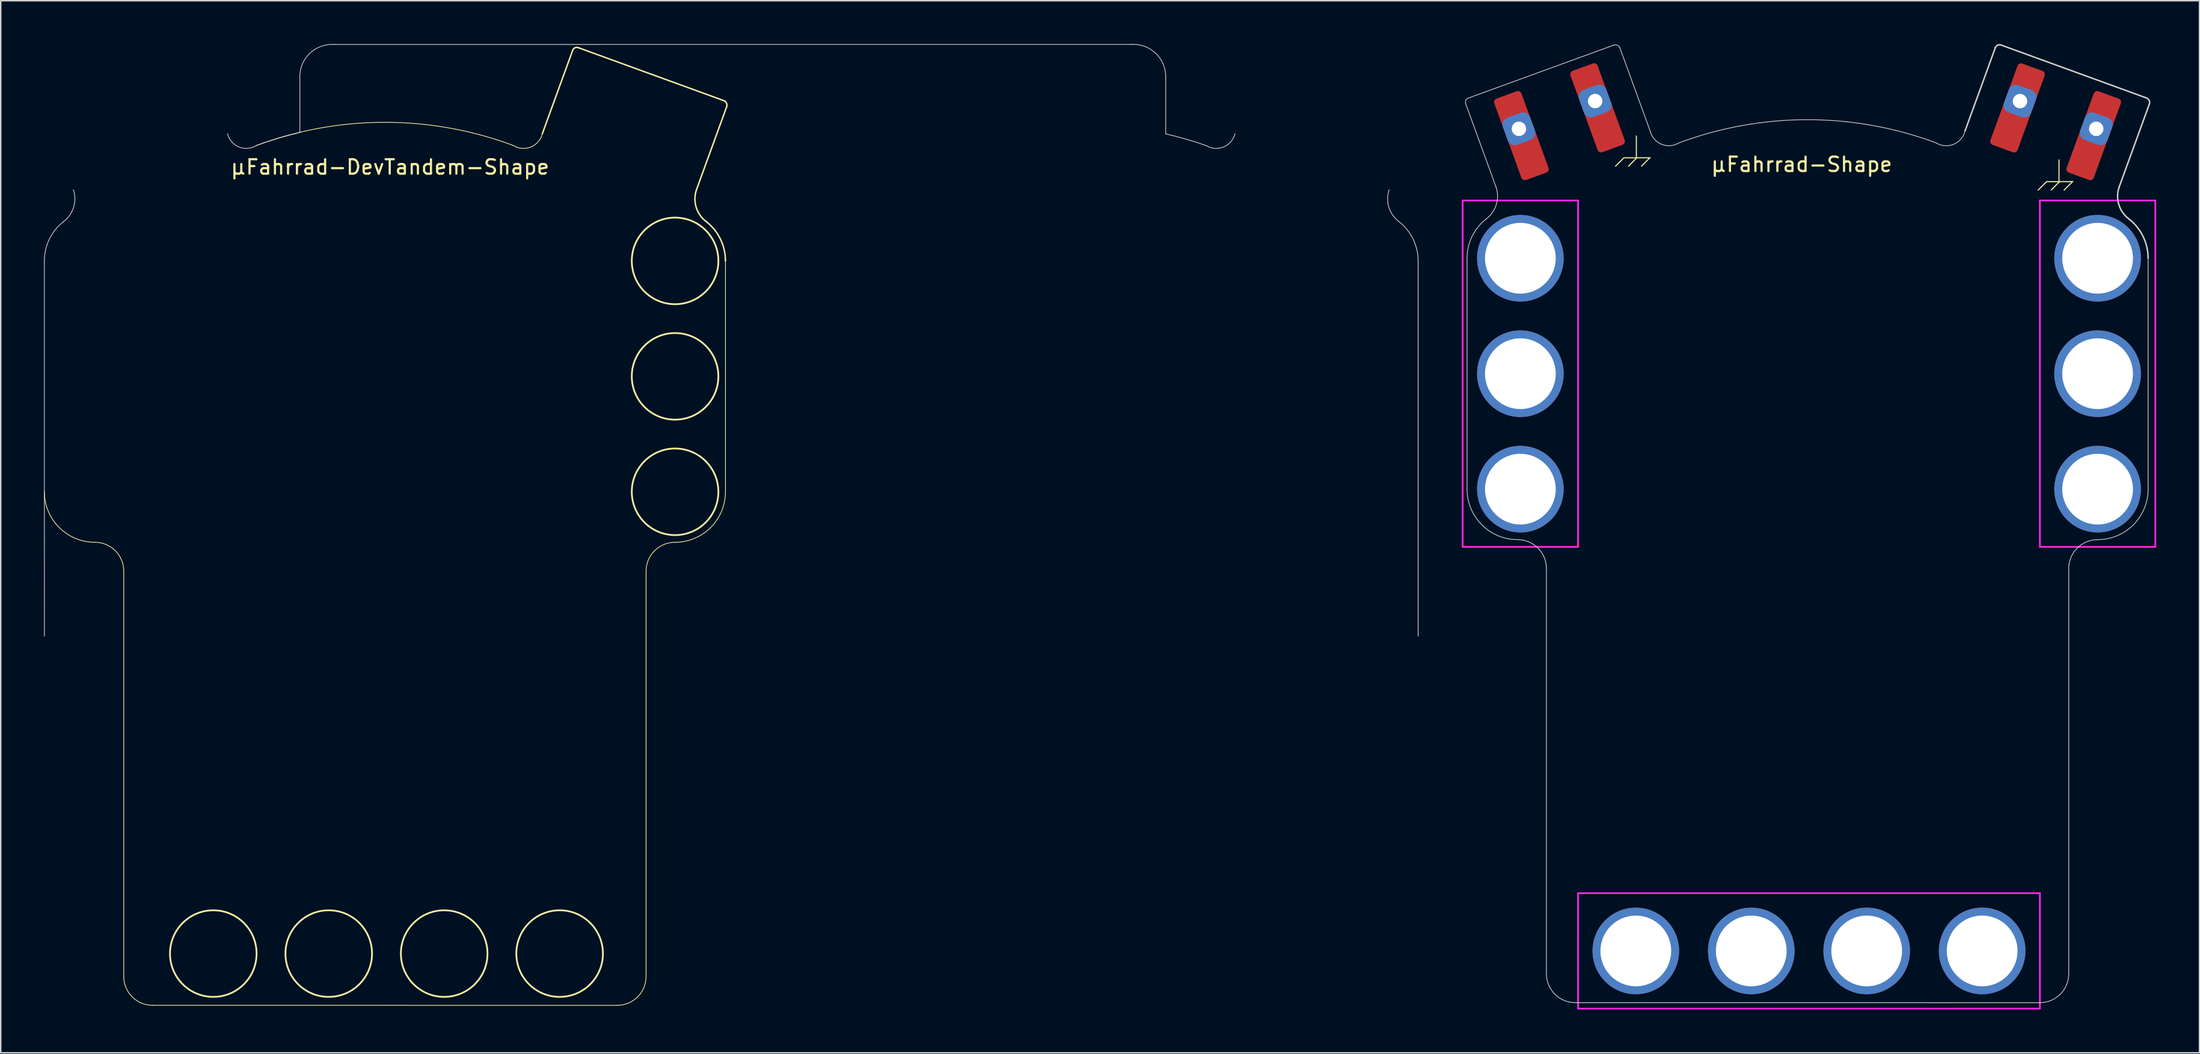
<source format=kicad_pcb>
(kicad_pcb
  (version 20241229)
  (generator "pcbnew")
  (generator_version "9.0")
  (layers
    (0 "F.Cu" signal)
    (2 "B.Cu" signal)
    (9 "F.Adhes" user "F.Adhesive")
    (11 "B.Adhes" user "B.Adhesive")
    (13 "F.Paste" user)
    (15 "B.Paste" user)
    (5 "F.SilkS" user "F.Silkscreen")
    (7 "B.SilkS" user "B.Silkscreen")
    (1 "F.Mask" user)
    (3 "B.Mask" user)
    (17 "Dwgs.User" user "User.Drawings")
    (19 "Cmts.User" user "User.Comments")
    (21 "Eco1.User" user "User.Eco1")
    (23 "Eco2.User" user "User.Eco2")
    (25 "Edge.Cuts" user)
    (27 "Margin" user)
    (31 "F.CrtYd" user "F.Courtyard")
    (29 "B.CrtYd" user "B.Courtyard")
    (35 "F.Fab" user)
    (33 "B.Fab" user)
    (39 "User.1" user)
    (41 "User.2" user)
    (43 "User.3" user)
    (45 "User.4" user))
  (footprint "μFahrrad-DevTandem-Shape"
    (layer "F.Cu")
    (at 47.73 31.03)
    (property "Reference" "μFahrrad-DevTandem-Shape" (at -23.75 -22.502 0) (unlocked yes) (layer "F.SilkS") (effects (font (size 1 1) (thickness 0.15))))
    (fp_line (start -42.205 5.497) (end -42.205 33.583) (stroke (width 0.05) (type solid)) (layer "F.SilkS"))
    (fp_line (start -11.094 -30.599) (end -13.198 -24.817) (stroke (width 0.1) (type solid)) (layer "F.SilkS"))
    (fp_line (start -10.709 -30.778) (end -0.63 -27.11) (stroke (width 0.1) (type solid)) (layer "F.SilkS"))
    (fp_line (start -8.01 35.586) (end -40.205 35.583) (stroke (width 0.05) (type solid)) (layer "F.SilkS"))
    (fp_line (start -6.01 33.586) (end -6.01 5.5) (stroke (width 0.05) (type solid)) (layer "F.SilkS"))
    (fp_line (start -0.51 0) (end -0.51 -16) (stroke (width 0.05) (type solid)) (layer "F.SilkS"))
    (fp_line (start -0.414 -26.712) (end -2.519 -20.929) (stroke (width 0.1) (type solid)) (layer "F.SilkS"))
    (fp_arc (start -44.20509 3.496993) (mid -46.679964 2.471867) (end -47.70509 -0.003007) (stroke (width 0.05) (type solid)) (layer "F.SilkS"))
    (fp_arc (start -44.20509 3.496993) (mid -42.790876 4.082779) (end -42.20509 5.496993) (stroke (width 0.05) (type solid)) (layer "F.SilkS"))
    (fp_arc (start -40.20509 35.582779) (mid -41.619304 34.996993) (end -42.20509 33.582779) (stroke (width 0.05) (type solid)) (layer "F.SilkS"))
    (fp_arc (start -33.009914 -24) (mid -24.107231 -25.604304) (end -15.20509 -23.996993) (stroke (width 0.05) (type solid)) (layer "F.SilkS"))
    (fp_arc (start -13.198385 -24.816575) (mid -13.992488 -23.894447) (end -15.20509 -23.996993) (stroke (width 0.05) (type solid)) (layer "F.SilkS"))
    (fp_arc (start -11.093867 -30.598692) (mid -10.938745 -30.767978) (end -10.709353 -30.777994) (stroke (width 0.1) (type solid)) (layer "F.SilkS"))
    (fp_arc (start -6.009914 5.5) (mid -5.424128 4.085786) (end -4.009914 3.5) (stroke (width 0.05) (type solid)) (layer "F.SilkS"))
    (fp_arc (start -6.009914 33.585786) (mid -6.5957 35) (end -8.009914 35.585786) (stroke (width 0.05) (type solid)) (layer "F.SilkS"))
    (fp_arc (start -1.809914 -18.7) (mid -2.531356 -19.698054) (end -2.518702 -20.929488) (stroke (width 0.1) (type solid)) (layer "F.SilkS"))
    (fp_arc (start -1.809914 -18.7) (mid -0.851963 -17.498273) (end -0.509914 -16) (stroke (width 0.1) (type solid)) (layer "F.SilkS"))
    (fp_arc (start -0.630257 -27.109503) (mid -0.446845 -26.951486) (end -0.414183 -26.711605) (stroke (width 0.1) (type solid)) (layer "F.SilkS"))
    (fp_arc (start -0.509914 0) (mid -1.53504 2.474874) (end -4.009914 3.5) (stroke (width 0.05) (type solid)) (layer "F.SilkS"))
    (fp_circle (center -36 32) (end -33 32) (stroke (width 0.12) (type solid)) (fill no) (layer "F.SilkS"))
    (fp_circle (center -28 32) (end -25 32) (stroke (width 0.12) (type solid)) (fill no) (layer "F.SilkS"))
    (fp_circle (center -20 32) (end -17 32) (stroke (width 0.12) (type solid)) (fill no) (layer "F.SilkS"))
    (fp_circle (center -12 32) (end -9 32) (stroke (width 0.12) (type solid)) (fill no) (layer "F.SilkS"))
    (fp_circle (center -4 -16) (end -1 -16) (stroke (width 0.12) (type solid)) (fill no) (layer "F.SilkS"))
    (fp_circle (center -4 -8) (end -1 -8) (stroke (width 0.12) (type solid)) (fill no) (layer "F.SilkS"))
    (fp_circle (center -4 0) (end -1 0) (stroke (width 0.12) (type solid)) (fill no) (layer "F.SilkS"))
    (fp_line (start -47.705 -16.003) (end -47.705 -0.003) (stroke (width 0.05) (type solid)) (layer "Edge.Cuts"))
    (fp_line (start -47.705 -0.003) (end -47.7 10) (stroke (width 0.05) (type solid)) (layer "Edge.Cuts"))
    (fp_line (start -30 -28.65) (end -30 -24.9) (stroke (width 0.05) (type solid)) (layer "Edge.Cuts"))
    (fp_line (start -27.65 -31) (end 27.667 -31.003) (stroke (width 0.05) (type solid)) (layer "Edge.Cuts"))
    (fp_line (start 30 -28.75) (end 30 -24.803) (stroke (width 0.05) (type solid)) (layer "Edge.Cuts"))
    (fp_line (start 47.49 0) (end 47.49 -16) (stroke (width 0.05) (type solid)) (layer "Edge.Cuts"))
    (fp_line (start 47.49 10) (end 47.49 0) (stroke (width 0.05) (type solid)) (layer "Edge.Cuts"))
    (fp_arc (start -47.70509 -16.003007) (mid -47.363042 -17.50128) (end -46.40509 -18.703007) (stroke (width 0.05) (type solid)) (layer "Edge.Cuts"))
    (fp_arc (start -45.696302 -20.932495) (mid -45.683648 -19.701061) (end -46.40509 -18.703007) (stroke (width 0.05) (type solid)) (layer "Edge.Cuts"))
    (fp_arc (start -33.009914 -24) (mid -34.222611 -23.897222) (end -35.016619 -24.819582) (stroke (width 0.05) (type solid)) (layer "Edge.Cuts"))
    (fp_arc (start -33.009914 -24) (mid -31.518902 -24.496638) (end -30 -24.9) (stroke (width 0.05) (type solid)) (layer "Edge.Cuts"))
    (fp_arc (start -30 -28.65) (mid -29.348713 -30.348713) (end -27.65 -31) (stroke (width 0.05) (type solid)) (layer "Edge.Cuts"))
    (fp_arc (start 27.666822 -31.00341) (mid 29.316676 -30.377077) (end 30 -28.75) (stroke (width 0.05) (type solid)) (layer "Edge.Cuts"))
    (fp_arc (start 30 -24.803362) (mid 31.408 -24.436725) (end 32.79491 -23.996993) (stroke (width 0.05) (type solid)) (layer "Edge.Cuts"))
    (fp_arc (start 34.801615 -24.816575) (mid 34.007607 -23.894218) (end 32.79491 -23.996993) (stroke (width 0.05) (type solid)) (layer "Edge.Cuts"))
    (fp_arc (start 46.190086 -18.7) (mid 45.468644 -19.698054) (end 45.481298 -20.929488) (stroke (width 0.05) (type solid)) (layer "Edge.Cuts"))
    (fp_arc (start 46.190086 -18.7) (mid 47.148037 -17.498273) (end 47.490086 -16) (stroke (width 0.05) (type solid)) (layer "Edge.Cuts")))
  (footprint "μFahrrad-Shape"
    (layer "F.Cu")
    (at 122.305 30.846)
    (property "Reference" "μFahrrad-Shape" (at -0.5 -22.5 0) (unlocked yes) (layer "F.SilkS") (effects (font (size 1 1) (thickness 0.15))))
    (fp_poly (pts (xy -11.925 -23) (xy -10.934 -23) (xy -11.599 -22.335) (xy -11.625 -22.362) (xy -11.652 -22.389) (xy -11.384 -22.657) (xy -11.116 -22.925) (xy -11.914 -22.925) (xy -12.175 -22.661) (xy -12.199 -22.637) (xy -12.222 -22.614) (xy -12.245 -22.59) (xy -12.268 -22.568) (xy -12.29 -22.546) (xy -12.311 -22.525) (xy -12.331 -22.504) (xy -12.35 -22.485) (xy -12.368 -22.466) (xy -12.386 -22.449) (xy -12.401 -22.433) (xy -12.416 -22.419) (xy -12.429 -22.406) (xy -12.44 -22.394) (xy -12.45 -22.385) (xy -12.458 -22.377) (xy -12.464 -22.371) (xy -12.467 -22.367) (xy -12.468 -22.367) (xy -12.499 -22.335) (xy -12.526 -22.362) (xy -12.552 -22.389) (xy -12.287 -22.657) (xy -12.021 -22.924) (xy -12.809 -22.925) (xy -13.399 -22.335) (xy -13.452 -22.389) (xy -13.146 -22.694) (xy -12.841 -23) (xy -12 -23) (xy -12 -24.5) (xy -11.925 -24.5)) (stroke (width 0) (type solid)) (fill yes) (layer "F.SilkS"))
    (fp_poly (pts (xy 17.362 -21.343) (xy 18.353 -21.343) (xy 17.688 -20.679) (xy 17.662 -20.705) (xy 17.635 -20.732) (xy 17.903 -21) (xy 18.171 -21.268) (xy 17.373 -21.268) (xy 17.112 -21.005) (xy 17.088 -20.981) (xy 17.065 -20.957) (xy 17.042 -20.934) (xy 17.019 -20.911) (xy 16.997 -20.889) (xy 16.976 -20.868) (xy 16.956 -20.847) (xy 16.937 -20.828) (xy 16.918 -20.81) (xy 16.901 -20.792) (xy 16.886 -20.777) (xy 16.871 -20.762) (xy 16.858 -20.749) (xy 16.847 -20.738) (xy 16.837 -20.728) (xy 16.829 -20.72) (xy 16.823 -20.714) (xy 16.819 -20.71) (xy 16.819 -20.71) (xy 16.788 -20.679) (xy 16.761 -20.706) (xy 16.735 -20.732) (xy 17 -21) (xy 17.265 -21.268) (xy 16.478 -21.268) (xy 15.888 -20.679) (xy 15.835 -20.732) (xy 16.141 -21.038) (xy 16.446 -21.343) (xy 17.287 -21.343) (xy 17.287 -22.843) (xy 17.362 -22.843)) (stroke (width 0) (type solid)) (fill yes) (layer "F.SilkS"))
    (fp_line (start -23.791 -26.715) (end -21.686 -20.932) (stroke (width 0.05) (type solid)) (layer "Edge.Cuts"))
    (fp_line (start -23.695 -16.003) (end -23.695 -0.003) (stroke (width 0.05) (type solid)) (layer "Edge.Cuts"))
    (fp_line (start -23.612 -27.099) (end -13.533 -30.768) (stroke (width 0.05) (type solid)) (layer "Edge.Cuts"))
    (fp_line (start -18.195 5.497) (end -18.195 33.583) (stroke (width 0.05) (type solid)) (layer "Edge.Cuts"))
    (fp_line (start -13.111 -30.602) (end -11.007 -24.82) (stroke (width 0.05) (type solid)) (layer "Edge.Cuts"))
    (fp_line (start 12.916 -30.599) (end 10.812 -24.817) (stroke (width 0.1) (type solid)) (layer "Edge.Cuts"))
    (fp_line (start 13.301 -30.778) (end 23.38 -27.11) (stroke (width 0.1) (type solid)) (layer "Edge.Cuts"))
    (fp_line (start 16 35.586) (end -16.195 35.583) (stroke (width 0.05) (type solid)) (layer "Edge.Cuts"))
    (fp_line (start 18 33.586) (end 18 5.5) (stroke (width 0.05) (type solid)) (layer "Edge.Cuts"))
    (fp_line (start 23.5 0) (end 23.5 -16) (stroke (width 0.05) (type solid)) (layer "Edge.Cuts"))
    (fp_line (start 23.596 -26.712) (end 21.491 -20.929) (stroke (width 0.1) (type solid)) (layer "Edge.Cuts"))
    (fp_arc (start -23.790907 -26.714611) (mid -23.780891 -26.944003) (end -23.611605 -27.099125) (stroke (width 0.05) (type solid)) (layer "Edge.Cuts"))
    (fp_arc (start -23.695176 -16.003007) (mid -23.353128 -17.50128) (end -22.395176 -18.703007) (stroke (width 0.05) (type solid)) (layer "Edge.Cuts"))
    (fp_arc (start -21.686388 -20.932495) (mid -21.673734 -19.701061) (end -22.395176 -18.703007) (stroke (width 0.05) (type solid)) (layer "Edge.Cuts"))
    (fp_arc (start -20.195176 3.496993) (mid -22.67005 2.471867) (end -23.695176 -0.003007) (stroke (width 0.05) (type solid)) (layer "Edge.Cuts"))
    (fp_arc (start -20.195176 3.496993) (mid -18.780962 4.082779) (end -18.195176 5.496993) (stroke (width 0.05) (type solid)) (layer "Edge.Cuts"))
    (fp_arc (start -16.195176 35.582779) (mid -17.60939 34.996993) (end -18.195176 33.582779) (stroke (width 0.05) (type solid)) (layer "Edge.Cuts"))
    (fp_arc (start -13.532509 -30.767616) (mid -13.290436 -30.764463) (end -13.111223 -30.601698) (stroke (width 0.05) (type solid)) (layer "Edge.Cuts"))
    (fp_arc (start -9 -24) (mid -10.212697 -23.897222) (end -11.006705 -24.819582) (stroke (width 0.05) (type solid)) (layer "Edge.Cuts"))
    (fp_arc (start -9 -24) (mid -0.097317 -25.602441) (end 8.804824 -23.996993) (stroke (width 0.05) (type solid)) (layer "Edge.Cuts"))
    (fp_arc (start 10.811529 -24.816575) (mid 10.01752 -23.894215) (end 8.804824 -23.996993) (stroke (width 0.05) (type solid)) (layer "Edge.Cuts"))
    (fp_arc (start 12.916047 -30.598692) (mid 13.071169 -30.767978) (end 13.300561 -30.777994) (stroke (width 0.1) (type solid)) (layer "Edge.Cuts"))
    (fp_arc (start 18 5.5) (mid 18.585786 4.085786) (end 20 3.5) (stroke (width 0.05) (type solid)) (layer "Edge.Cuts"))
    (fp_arc (start 18 33.585786) (mid 17.414214 35) (end 16 35.585786) (stroke (width 0.05) (type solid)) (layer "Edge.Cuts"))
    (fp_arc (start 22.2 -18.7) (mid 21.478558 -19.698054) (end 21.491212 -20.929488) (stroke (width 0.1) (type solid)) (layer "Edge.Cuts"))
    (fp_arc (start 22.2 -18.7) (mid 23.158075 -17.498332) (end 23.5 -16) (stroke (width 0.1) (type solid)) (layer "Edge.Cuts"))
    (fp_arc (start 23.379657 -27.109503) (mid 23.56306 -26.95148) (end 23.595731 -26.711605) (stroke (width 0.1) (type solid)) (layer "Edge.Cuts"))
    (fp_arc (start 23.5 0) (mid 22.474874 2.474874) (end 20 3.5) (stroke (width 0.05) (type solid)) (layer "Edge.Cuts"))
    (fp_line (start -24 -20) (end -16 -20) (stroke (width 0.12) (type solid)) (layer "F.CrtYd"))
    (fp_line (start -24 4) (end -24 -20) (stroke (width 0.12) (type solid)) (layer "F.CrtYd"))
    (fp_line (start -16 -20) (end -16 4) (stroke (width 0.12) (type solid)) (layer "F.CrtYd"))
    (fp_line (start -16 4) (end -24 4) (stroke (width 0.12) (type solid)) (layer "F.CrtYd"))
    (fp_line (start -16 28) (end 16 28) (stroke (width 0.12) (type solid)) (layer "F.CrtYd"))
    (fp_line (start -16 36) (end -16 28) (stroke (width 0.12) (type solid)) (layer "F.CrtYd"))
    (fp_line (start 16 -20) (end 24 -20) (stroke (width 0.12) (type solid)) (layer "F.CrtYd"))
    (fp_line (start 16 4) (end 16 -20) (stroke (width 0.12) (type solid)) (layer "F.CrtYd"))
    (fp_line (start 16 28) (end 16 36) (stroke (width 0.12) (type solid)) (layer "F.CrtYd"))
    (fp_line (start 16 36) (end -16 36) (stroke (width 0.12) (type solid)) (layer "F.CrtYd"))
    (fp_line (start 24 -20) (end 24 4) (stroke (width 0.12) (type solid)) (layer "F.CrtYd"))
    (fp_line (start 24 4) (end 16 4) (stroke (width 0.12) (type solid)) (layer "F.CrtYd"))
    (pad "1" thru_hole roundrect (at -14.819 -26.894 20) (size 2 2) (drill 1) (layers "*.Cu" "*.Mask") (roundrect_rratio 0.25))
    (pad "1" smd roundrect (at -14.648 -26.424 200) (size 2 6) (layers "F.Cu" "F.Mask") (roundrect_rratio 0.125))
    (pad "1" smd roundrect (at 19.734 -24.499 160) (size 2 6) (layers "F.Cu" "F.Mask") (roundrect_rratio 0.125))
    (pad "1" thru_hole roundrect (at 19.905 -24.969 340) (size 2 2) (drill 1) (layers "*.Cu" "*.Mask") (roundrect_rratio 0.25))
    (pad "2" thru_hole roundrect (at -20.099 -24.969 200) (size 2 2) (drill 1) (layers "*.Cu" "*.Mask") (roundrect_rratio 0.25))
    (pad "2" smd roundrect (at -19.928 -24.499 200) (size 2 6) (layers "F.Cu" "F.Mask") (roundrect_rratio 0.125))
    (pad "2" smd roundrect (at 14.451 -26.418 160) (size 2 6) (layers "F.Cu" "F.Mask") (roundrect_rratio 0.125))
    (pad "2" thru_hole roundrect (at 14.622 -26.888 160) (size 2 2) (drill 1) (layers "*.Cu" "*.Mask") (roundrect_rratio 0.25))
    (pad "MH1" thru_hole circle (at -20 -16) (size 6 6) (drill 4.9) (layers "*.Cu" "*.Mask"))
    (pad "MH2" thru_hole circle (at 20 -16) (size 6 6) (drill 4.9) (layers "*.Cu" "*.Mask"))
    (pad "MH3" thru_hole circle (at -20 -8) (size 6 6) (drill 4.9) (layers "*.Cu" "*.Mask"))
    (pad "MH4" thru_hole circle (at 20 -8) (size 6 6) (drill 4.9) (layers "*.Cu" "*.Mask"))
    (pad "MH5" thru_hole circle (at -20 0) (size 6 6) (drill 4.9) (layers "*.Cu" "*.Mask"))
    (pad "MH6" thru_hole circle (at 20 0) (size 6 6) (drill 4.9) (layers "*.Cu" "*.Mask"))
    (pad "MH7" thru_hole circle (at -12 32 90) (size 6 6) (drill 4.9) (layers "*.Cu" "*.Mask"))
    (pad "MH8" thru_hole circle (at -4 32 90) (size 6 6) (drill 4.9) (layers "*.Cu" "*.Mask"))
    (pad "MH9" thru_hole circle (at 4 32 90) (size 6 6) (drill 4.9) (layers "*.Cu" "*.Mask"))
    (pad "MH10" thru_hole circle (at 12 32 90) (size 6 6) (drill 4.9) (layers "*.Cu" "*.Mask")))
  (gr_rect
    (start -3 -3)
    (end 149.365 69.906)
    (stroke (width 0.1) (type default))
    (fill no)
    (layer "Edge.Cuts")))
</source>
